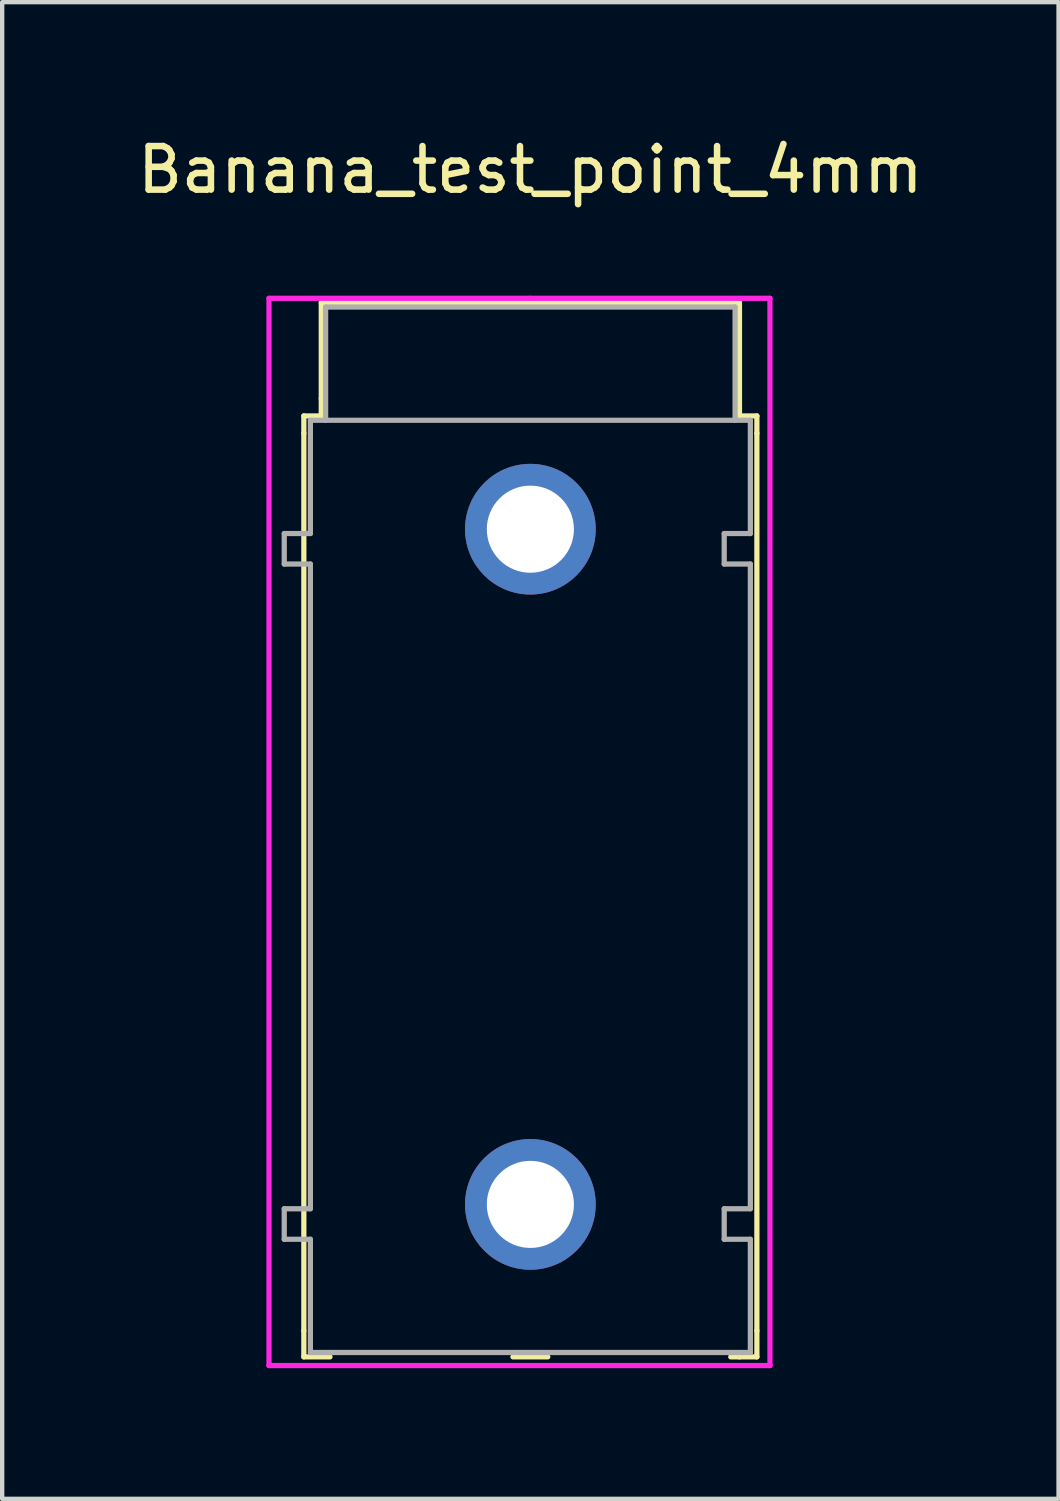
<source format=kicad_pcb>
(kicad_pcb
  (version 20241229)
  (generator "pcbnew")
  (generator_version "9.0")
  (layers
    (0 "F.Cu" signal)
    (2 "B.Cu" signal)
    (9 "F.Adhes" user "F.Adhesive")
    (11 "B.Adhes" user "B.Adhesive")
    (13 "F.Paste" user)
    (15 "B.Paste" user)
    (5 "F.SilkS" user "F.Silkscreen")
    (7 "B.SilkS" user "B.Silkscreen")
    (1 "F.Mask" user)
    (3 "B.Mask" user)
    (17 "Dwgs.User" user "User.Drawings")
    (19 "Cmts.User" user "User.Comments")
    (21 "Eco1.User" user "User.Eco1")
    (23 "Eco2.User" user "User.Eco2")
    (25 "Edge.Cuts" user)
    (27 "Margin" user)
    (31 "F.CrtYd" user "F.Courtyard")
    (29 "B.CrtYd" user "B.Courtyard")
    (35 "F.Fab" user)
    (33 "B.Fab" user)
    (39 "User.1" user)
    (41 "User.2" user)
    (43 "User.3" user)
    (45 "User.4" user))
  (footprint "Banana_test_point_4mm"
    (layer "F.Cu")
    (at 9.125 16.848)
    (property "Reference" "Banana_test_point_4mm" (at 0 -16 0) (layer "F.SilkS") (effects (font (size 1 1) (thickness 0.15))))
    (attr through_hole)
    (fp_line (start -5.2 -10.35) (end -4.8 -10.35) (stroke (width 0.12) (type solid)) (layer "F.SilkS"))
    (fp_line (start -5.2 -9.95) (end -5.2 -10.35) (stroke (width 0.12) (type solid)) (layer "F.SilkS"))
    (fp_line (start -5.2 -9.95) (end -5.2 10.65) (stroke (width 0.12) (type solid)) (layer "F.SilkS"))
    (fp_line (start -5.2 10.65) (end -5.2 11.25) (stroke (width 0.12) (type solid)) (layer "F.SilkS"))
    (fp_line (start -5.2 11.25) (end -4.6 11.25) (stroke (width 0.12) (type solid)) (layer "F.SilkS"))
    (fp_line (start -4.8 -12.95) (end -4.4 -12.95) (stroke (width 0.12) (type solid)) (layer "F.SilkS"))
    (fp_line (start -4.8 -10.75) (end -4.8 -12.95) (stroke (width 0.12) (type solid)) (layer "F.SilkS"))
    (fp_line (start -4.8 -10.35) (end -4.8 -10.75) (stroke (width 0.12) (type solid)) (layer "F.SilkS"))
    (fp_line (start -4.4 -12.95) (end 4.4 -12.95) (stroke (width 0.12) (type solid)) (layer "F.SilkS"))
    (fp_line (start -0.4 11.25) (end 0.4 11.25) (stroke (width 0.12) (type solid)) (layer "F.SilkS"))
    (fp_line (start 4.4 -12.95) (end 4.8 -12.95) (stroke (width 0.12) (type solid)) (layer "F.SilkS"))
    (fp_line (start 4.8 -12.95) (end 4.8 -12.55) (stroke (width 0.12) (type solid)) (layer "F.SilkS"))
    (fp_line (start 4.8 -12.55) (end 4.8 -10.35) (stroke (width 0.12) (type solid)) (layer "F.SilkS"))
    (fp_line (start 4.8 -10.35) (end 5.2 -10.35) (stroke (width 0.12) (type solid)) (layer "F.SilkS"))
    (fp_line (start 4.8 11.25) (end 4.6 11.25) (stroke (width 0.12) (type solid)) (layer "F.SilkS"))
    (fp_line (start 4.8 11.25) (end 5.2 11.25) (stroke (width 0.12) (type solid)) (layer "F.SilkS"))
    (fp_line (start 5.2 -10.35) (end 5.2 -9.95) (stroke (width 0.12) (type solid)) (layer "F.SilkS"))
    (fp_line (start 5.2 -9.95) (end 5.2 10.65) (stroke (width 0.12) (type solid)) (layer "F.SilkS"))
    (fp_line (start 5.2 11.25) (end 5.2 10.65) (stroke (width 0.12) (type solid)) (layer "F.SilkS"))
    (fp_line (start -6 -13.05) (end -6 11.45) (stroke (width 0.12) (type solid)) (layer "F.CrtYd"))
    (fp_line (start -6 11.45) (end 5.5 11.45) (stroke (width 0.12) (type solid)) (layer "F.CrtYd"))
    (fp_line (start 0 -13.05) (end -6 -13.05) (stroke (width 0.12) (type solid)) (layer "F.CrtYd"))
    (fp_line (start 5.5 -13.05) (end 0 -13.05) (stroke (width 0.12) (type solid)) (layer "F.CrtYd"))
    (fp_line (start 5.5 11.45) (end 5.5 -13.05) (stroke (width 0.12) (type solid)) (layer "F.CrtYd"))
    (fp_line (start -5.65 -7.65) (end -5.65 -6.95) (stroke (width 0.12) (type solid)) (layer "F.Fab"))
    (fp_line (start -5.65 -6.95) (end -5.05 -6.95) (stroke (width 0.12) (type solid)) (layer "F.Fab"))
    (fp_line (start -5.65 7.85) (end -5.65 8.55) (stroke (width 0.12) (type solid)) (layer "F.Fab"))
    (fp_line (start -5.65 8.55) (end -5.05 8.55) (stroke (width 0.12) (type solid)) (layer "F.Fab"))
    (fp_line (start -5.05 -10.25) (end -5.05 -7.65) (stroke (width 0.12) (type solid)) (layer "F.Fab"))
    (fp_line (start -5.05 -7.65) (end -5.65 -7.65) (stroke (width 0.12) (type solid)) (layer "F.Fab"))
    (fp_line (start -5.05 -6.95) (end -5.05 7.85) (stroke (width 0.12) (type solid)) (layer "F.Fab"))
    (fp_line (start -5.05 7.85) (end -5.65 7.85) (stroke (width 0.12) (type solid)) (layer "F.Fab"))
    (fp_line (start -5.05 8.55) (end -5.05 11.15) (stroke (width 0.12) (type solid)) (layer "F.Fab"))
    (fp_line (start -5.05 11.15) (end 5.05 11.15) (stroke (width 0.12) (type solid)) (layer "F.Fab"))
    (fp_line (start -4.7 -12.85) (end -4.7 -10.25) (stroke (width 0.12) (type solid)) (layer "F.Fab"))
    (fp_line (start -4.7 -12.85) (end 4.7 -12.85) (stroke (width 0.12) (type solid)) (layer "F.Fab"))
    (fp_line (start 4.45 -7.65) (end 4.45 -6.95) (stroke (width 0.12) (type solid)) (layer "F.Fab"))
    (fp_line (start 4.45 -6.95) (end 5.05 -6.95) (stroke (width 0.12) (type solid)) (layer "F.Fab"))
    (fp_line (start 4.45 7.85) (end 4.45 8.55) (stroke (width 0.12) (type solid)) (layer "F.Fab"))
    (fp_line (start 4.45 8.55) (end 5.05 8.55) (stroke (width 0.12) (type solid)) (layer "F.Fab"))
    (fp_line (start 4.7 -12.85) (end 4.7 -10.25) (stroke (width 0.12) (type solid)) (layer "F.Fab"))
    (fp_line (start 5.05 -10.25) (end -5.05 -10.25) (stroke (width 0.12) (type solid)) (layer "F.Fab"))
    (fp_line (start 5.05 -7.65) (end 4.45 -7.65) (stroke (width 0.12) (type solid)) (layer "F.Fab"))
    (fp_line (start 5.05 -7.65) (end 5.05 -10.25) (stroke (width 0.12) (type solid)) (layer "F.Fab"))
    (fp_line (start 5.05 7.85) (end 4.45 7.85) (stroke (width 0.12) (type solid)) (layer "F.Fab"))
    (fp_line (start 5.05 7.85) (end 5.05 -6.95) (stroke (width 0.12) (type solid)) (layer "F.Fab"))
    (fp_line (start 5.05 11.15) (end 5.05 8.55) (stroke (width 0.12) (type solid)) (layer "F.Fab"))
    (pad "1" thru_hole circle (at 0 -7.75) (size 3 3) (drill 2) (layers "*.Cu" "*.Mask"))
    (pad "1" thru_hole circle (at 0 7.75) (size 3 3) (drill 2) (layers "*.Cu" "*.Mask")))
  (gr_rect
    (start -3 -3)
    (end 21.25 31.358)
    (stroke (width 0.1) (type default))
    (fill no)
    (layer "Edge.Cuts")))
</source>
